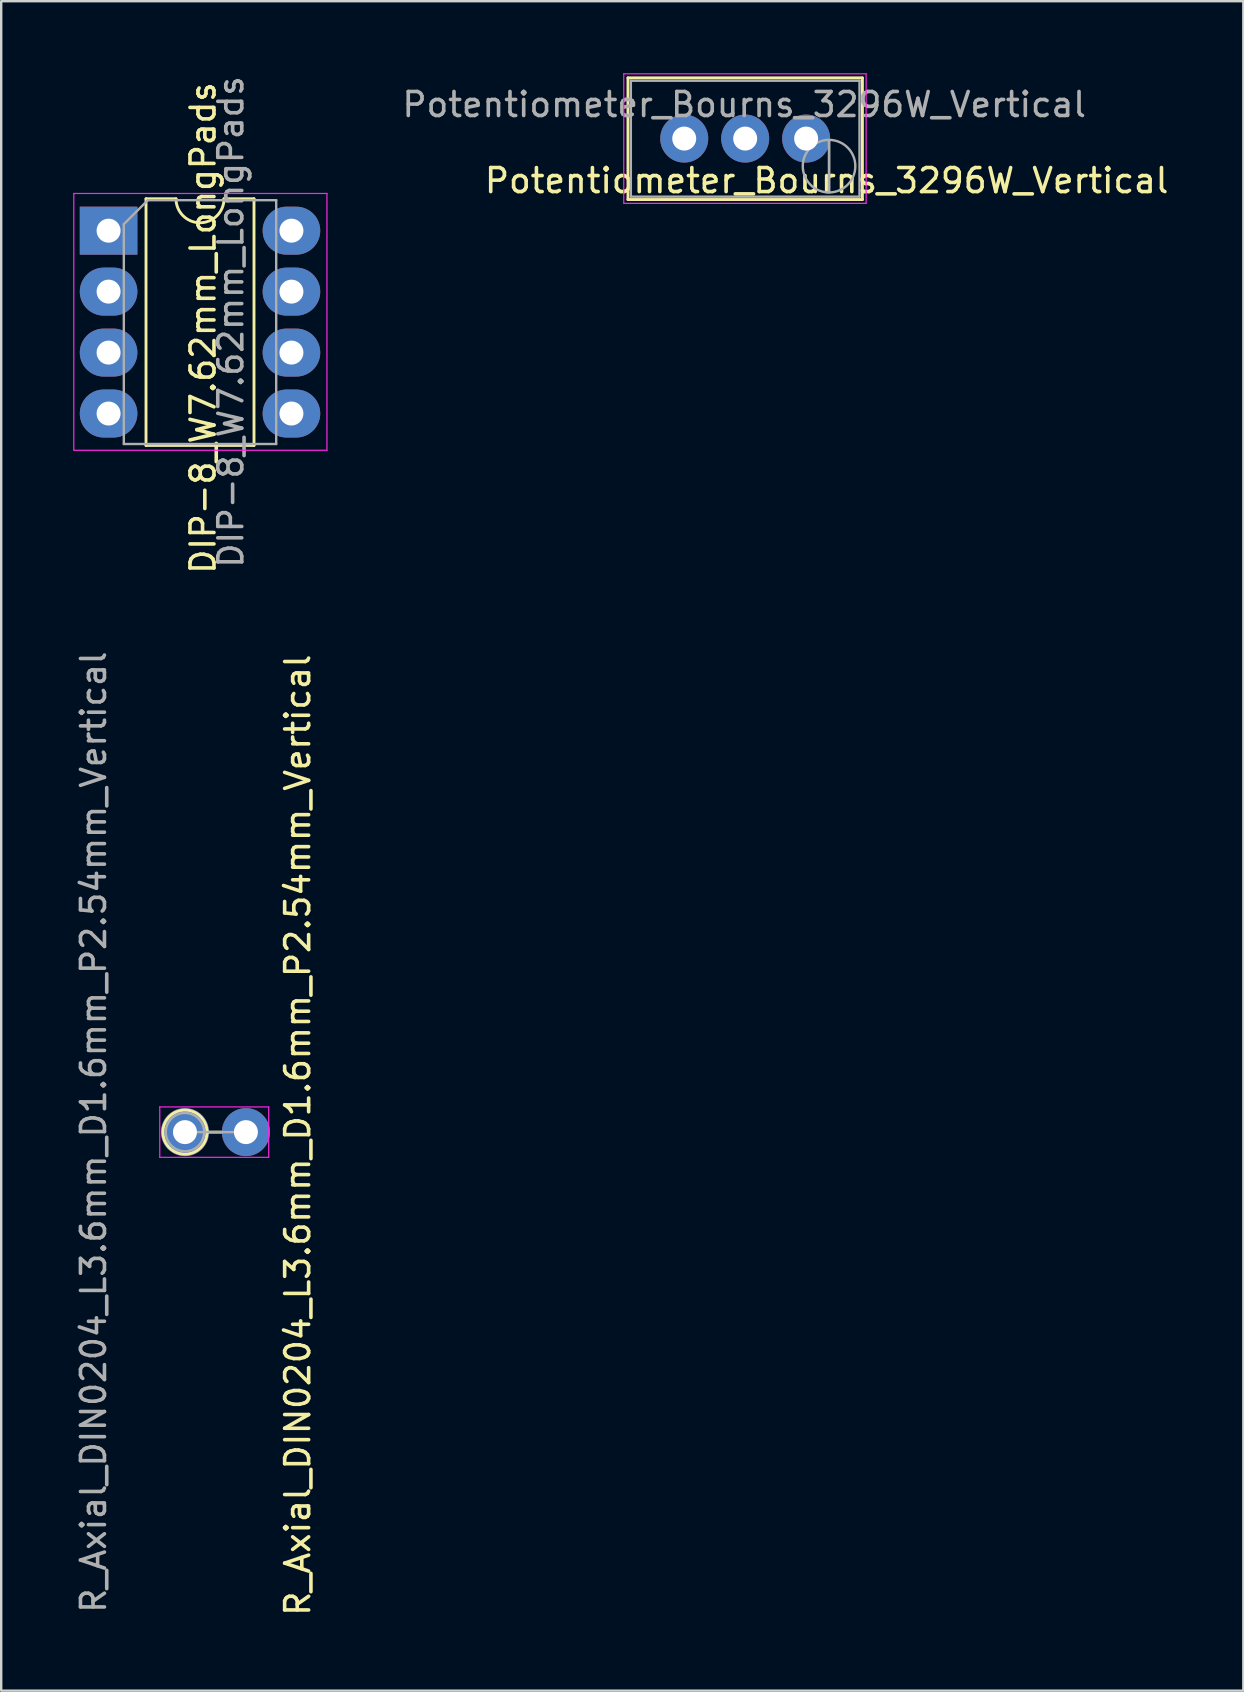
<source format=kicad_pcb>
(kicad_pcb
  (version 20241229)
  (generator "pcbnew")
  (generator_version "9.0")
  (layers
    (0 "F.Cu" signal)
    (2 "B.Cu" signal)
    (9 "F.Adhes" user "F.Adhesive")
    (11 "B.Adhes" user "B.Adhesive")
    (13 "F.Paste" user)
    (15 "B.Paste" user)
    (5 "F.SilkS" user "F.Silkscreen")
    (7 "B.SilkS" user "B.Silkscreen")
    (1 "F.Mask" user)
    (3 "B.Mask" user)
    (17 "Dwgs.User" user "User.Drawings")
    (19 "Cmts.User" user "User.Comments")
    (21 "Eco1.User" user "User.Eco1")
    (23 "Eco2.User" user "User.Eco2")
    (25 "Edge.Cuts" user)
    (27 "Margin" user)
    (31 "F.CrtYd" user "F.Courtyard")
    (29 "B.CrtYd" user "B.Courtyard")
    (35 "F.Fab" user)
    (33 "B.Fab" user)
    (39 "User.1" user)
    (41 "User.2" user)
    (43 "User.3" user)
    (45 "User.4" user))
  (footprint "DIP-8_W7.62mm_LongPads"
    (layer "F.Cu")
    (at 1.475 6.563)
    (property "Reference" "DIP-8_W7.62mm_LongPads" (at 3.937 4.054 270) (layer "F.SilkS") (effects (font (size 1 1) (thickness 0.15))))
    (attr through_hole)
    (fp_line (start 1.56 -1.33) (end 1.56 8.95) (stroke (width 0.12) (type solid)) (layer "F.SilkS"))
    (fp_line (start 1.56 8.95) (end 6.06 8.95) (stroke (width 0.12) (type solid)) (layer "F.SilkS"))
    (fp_line (start 2.81 -1.33) (end 1.56 -1.33) (stroke (width 0.12) (type solid)) (layer "F.SilkS"))
    (fp_line (start 6.06 -1.33) (end 4.81 -1.33) (stroke (width 0.12) (type solid)) (layer "F.SilkS"))
    (fp_line (start 6.06 8.95) (end 6.06 -1.33) (stroke (width 0.12) (type solid)) (layer "F.SilkS"))
    (fp_arc (start 4.81 -1.33) (mid 3.81 -0.33) (end 2.81 -1.33) (stroke (width 0.12) (type solid)) (layer "F.SilkS"))
    (fp_line (start -1.45 -1.55) (end -1.45 9.15) (stroke (width 0.05) (type solid)) (layer "F.CrtYd"))
    (fp_line (start -1.45 9.15) (end 9.1 9.15) (stroke (width 0.05) (type solid)) (layer "F.CrtYd"))
    (fp_line (start 9.1 -1.55) (end -1.45 -1.55) (stroke (width 0.05) (type solid)) (layer "F.CrtYd"))
    (fp_line (start 9.1 9.15) (end 9.1 -1.55) (stroke (width 0.05) (type solid)) (layer "F.CrtYd"))
    (fp_line (start 0.635 -0.27) (end 1.635 -1.27) (stroke (width 0.1) (type solid)) (layer "F.Fab"))
    (fp_line (start 0.635 8.89) (end 0.635 -0.27) (stroke (width 0.1) (type solid)) (layer "F.Fab"))
    (fp_line (start 1.635 -1.27) (end 6.985 -1.27) (stroke (width 0.1) (type solid)) (layer "F.Fab"))
    (fp_line (start 6.985 -1.27) (end 6.985 8.89) (stroke (width 0.1) (type solid)) (layer "F.Fab"))
    (fp_line (start 6.985 8.89) (end 0.635 8.89) (stroke (width 0.1) (type solid)) (layer "F.Fab"))
    (fp_text user "${REFERENCE}" (at 5.095 3.8 270) (layer "F.Fab") (effects (font (size 1 1) (thickness 0.15))))
    (pad "1" thru_hole rect (at 0 0) (size 2.4 2) (drill 1) (layers "*.Cu" "*.Mask"))
    (pad "2" thru_hole oval (at 0 2.54) (size 2.4 2) (drill 1) (layers "*.Cu" "*.Mask"))
    (pad "3" thru_hole oval (at 0 5.08) (size 2.4 2) (drill 1) (layers "*.Cu" "*.Mask"))
    (pad "4" thru_hole oval (at 0 7.62) (size 2.4 2) (drill 1) (layers "*.Cu" "*.Mask"))
    (pad "5" thru_hole oval (at 7.62 7.62) (size 2.4 2) (drill 1) (layers "*.Cu" "*.Mask"))
    (pad "6" thru_hole oval (at 7.62 5.08) (size 2.4 2) (drill 1) (layers "*.Cu" "*.Mask"))
    (pad "7" thru_hole oval (at 7.62 2.54) (size 2.4 2) (drill 1) (layers "*.Cu" "*.Mask"))
    (pad "8" thru_hole oval (at 7.62 0) (size 2.4 2) (drill 1) (layers "*.Cu" "*.Mask")))
  (footprint "R_Axial_DIN0204_L3.6mm_D1.6mm_P2.54mm_Vertical"
    (layer "F.Cu")
    (at 4.658 44.129)
    (property "Reference" "R_Axial_DIN0204_L3.6mm_D1.6mm_P2.54mm_Vertical" (at 4.699 0.127 90) (layer "F.SilkS") (effects (font (size 1 1) (thickness 0.15))))
    (attr through_hole)
    (fp_line (start 0.92 0) (end 1.54 0) (stroke (width 0.12) (type solid)) (layer "F.SilkS"))
    (fp_circle (center 0 0) (end 0.92 0) (stroke (width 0.12) (type solid)) (fill no) (layer "F.SilkS"))
    (fp_line (start -1.05 -1.05) (end -1.05 1.05) (stroke (width 0.05) (type solid)) (layer "F.CrtYd"))
    (fp_line (start -1.05 1.05) (end 3.49 1.05) (stroke (width 0.05) (type solid)) (layer "F.CrtYd"))
    (fp_line (start 3.49 -1.05) (end -1.05 -1.05) (stroke (width 0.05) (type solid)) (layer "F.CrtYd"))
    (fp_line (start 3.49 1.05) (end 3.49 -1.05) (stroke (width 0.05) (type solid)) (layer "F.CrtYd"))
    (fp_line (start 0 0) (end 2.54 0) (stroke (width 0.1) (type solid)) (layer "F.Fab"))
    (fp_circle (center 0 0) (end 0.8 0) (stroke (width 0.1) (type solid)) (fill no) (layer "F.Fab"))
    (fp_text user "${REFERENCE}" (at -3.81 0 90) (layer "F.Fab") (effects (font (size 1 1) (thickness 0.15))))
    (pad "1" thru_hole circle (at 0 0) (size 2 2) (drill 1) (layers "*.Cu" "*.Mask"))
    (pad "2" thru_hole circle (at 2.54 0) (size 2 2) (drill 1) (layers "*.Cu" "*.Mask")))
  (footprint "Potentiometer_Bourns_3296W_Vertical"
    (layer "F.Cu")
    (at 30.544 2.725)
    (property "Reference" "Potentiometer_Bourns_3296W_Vertical" (at 0.856 1.753 0) (layer "F.SilkS") (effects (font (size 1 1) (thickness 0.15))))
    (attr through_hole)
    (fp_line (start -7.425 -2.53) (end -7.425 2.54) (stroke (width 0.12) (type solid)) (layer "F.SilkS"))
    (fp_line (start -7.425 -2.53) (end 2.345 -2.53) (stroke (width 0.12) (type solid)) (layer "F.SilkS"))
    (fp_line (start -7.425 2.54) (end 2.345 2.54) (stroke (width 0.12) (type solid)) (layer "F.SilkS"))
    (fp_line (start 2.345 -2.53) (end 2.345 2.54) (stroke (width 0.12) (type solid)) (layer "F.SilkS"))
    (fp_line (start -7.6 -2.7) (end -7.6 2.7) (stroke (width 0.05) (type solid)) (layer "F.CrtYd"))
    (fp_line (start -7.6 2.7) (end 2.5 2.7) (stroke (width 0.05) (type solid)) (layer "F.CrtYd"))
    (fp_line (start 2.5 -2.7) (end -7.6 -2.7) (stroke (width 0.05) (type solid)) (layer "F.CrtYd"))
    (fp_line (start 2.5 2.7) (end 2.5 -2.7) (stroke (width 0.05) (type solid)) (layer "F.CrtYd"))
    (fp_line (start -7.305 -2.41) (end -7.305 2.42) (stroke (width 0.1) (type solid)) (layer "F.Fab"))
    (fp_line (start -7.305 2.42) (end 2.225 2.42) (stroke (width 0.1) (type solid)) (layer "F.Fab"))
    (fp_line (start 0.955 2.235) (end 0.956 0.066) (stroke (width 0.1) (type solid)) (layer "F.Fab"))
    (fp_line (start 0.955 2.235) (end 0.956 0.066) (stroke (width 0.1) (type solid)) (layer "F.Fab"))
    (fp_line (start 2.225 -2.41) (end -7.305 -2.41) (stroke (width 0.1) (type solid)) (layer "F.Fab"))
    (fp_line (start 2.225 2.42) (end 2.225 -2.41) (stroke (width 0.1) (type solid)) (layer "F.Fab"))
    (fp_circle (center 0.955 1.15) (end 2.05 1.15) (stroke (width 0.1) (type solid)) (fill no) (layer "F.Fab"))
    (fp_text user "${REFERENCE}" (at -2.58 -1.418 0) (layer "F.Fab") (effects (font (size 1 1) (thickness 0.15))))
    (pad "1" thru_hole circle (at 0 0) (size 2 2) (drill 1) (layers "*.Cu" "*.Mask"))
    (pad "2" thru_hole circle (at -2.54 0) (size 2 2) (drill 1) (layers "*.Cu" "*.Mask"))
    (pad "3" thru_hole circle (at -5.08 0) (size 2 2) (drill 1) (layers "*.Cu" "*.Mask")))
  (gr_rect
    (start -3 -3)
    (end 48.763 67.405)
    (stroke (width 0.1) (type default))
    (fill no)
    (layer "Edge.Cuts")))
</source>
